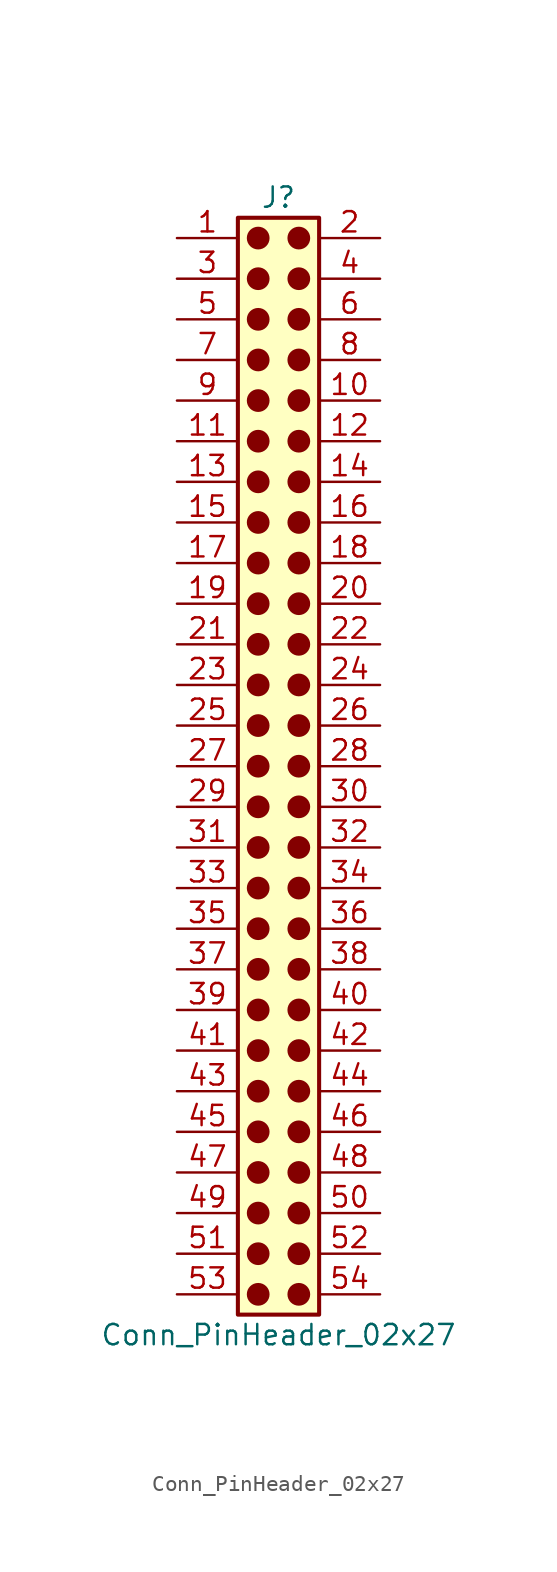
<source format=kicad_sym>
(kicad_symbol_lib
  (version 20241209)
  (generator "kicad_symbol_editor")
  (generator_version "9.0")
  (symbol "Conn_PinHeader_02x27"
    (pin_names
      (offset 1.016)
      (hide yes))
    (property "Reference" "J"
      (at 1.27 35.56 0)
      (effects (font (size 1.27 1.27))))
    (property "Value" "Conn_PinHeader_02x27"
      (at 1.27 -35.56 0)
      (effects (font (size 1.27 1.27))))
    (symbol "Conn_PinHeader_02x27_1_1"
      (rectangle (start -1.27 34.29) (end 3.81 -34.29) (stroke (width 0.254) (type default)) (fill (type background)))
      (circle (center 0 33.02) (radius 0.635) (stroke (width 0) (type solid) (color 132 0 0 1)) (fill (type outline)))
      (circle (center 0 30.48) (radius 0.635) (stroke (width 0) (type solid) (color 132 0 0 1)) (fill (type outline)))
      (circle (center 0 27.94) (radius 0.635) (stroke (width 0) (type solid) (color 132 0 0 1)) (fill (type outline)))
      (circle (center 0 25.4) (radius 0.635) (stroke (width 0) (type solid) (color 132 0 0 1)) (fill (type outline)))
      (circle (center 0 22.86) (radius 0.635) (stroke (width 0) (type solid) (color 132 0 0 1)) (fill (type outline)))
      (circle (center 0 20.32) (radius 0.635) (stroke (width 0) (type solid) (color 132 0 0 1)) (fill (type outline)))
      (circle (center 0 17.78) (radius 0.635) (stroke (width 0) (type solid) (color 132 0 0 1)) (fill (type outline)))
      (circle (center 0 15.24) (radius 0.635) (stroke (width 0) (type solid) (color 132 0 0 1)) (fill (type outline)))
      (circle (center 0 12.7) (radius 0.635) (stroke (width 0) (type solid) (color 132 0 0 1)) (fill (type outline)))
      (circle (center 0 10.16) (radius 0.635) (stroke (width 0) (type solid) (color 132 0 0 1)) (fill (type outline)))
      (circle (center 0 7.62) (radius 0.635) (stroke (width 0) (type solid) (color 132 0 0 1)) (fill (type outline)))
      (circle (center 0 5.08) (radius 0.635) (stroke (width 0) (type solid) (color 132 0 0 1)) (fill (type outline)))
      (circle (center 0 2.54) (radius 0.635) (stroke (width 0) (type solid) (color 132 0 0 1)) (fill (type outline)))
      (circle (center 0 0) (radius 0.635) (stroke (width 0) (type solid) (color 132 0 0 1)) (fill (type outline)))
      (circle (center 0 -2.54) (radius 0.635) (stroke (width 0) (type solid) (color 132 0 0 1)) (fill (type outline)))
      (circle (center 0 -5.08) (radius 0.635) (stroke (width 0) (type solid) (color 132 0 0 1)) (fill (type outline)))
      (circle (center 0 -7.62) (radius 0.635) (stroke (width 0) (type solid) (color 132 0 0 1)) (fill (type outline)))
      (circle (center 0 -10.16) (radius 0.635) (stroke (width 0) (type solid) (color 132 0 0 1)) (fill (type outline)))
      (circle (center 0 -12.7) (radius 0.635) (stroke (width 0) (type solid) (color 132 0 0 1)) (fill (type outline)))
      (circle (center 0 -15.24) (radius 0.635) (stroke (width 0) (type solid) (color 132 0 0 1)) (fill (type outline)))
      (circle (center 0 -17.78) (radius 0.635) (stroke (width 0) (type solid) (color 132 0 0 1)) (fill (type outline)))
      (circle (center 0 -20.32) (radius 0.635) (stroke (width 0) (type solid) (color 132 0 0 1)) (fill (type outline)))
      (circle (center 0 -22.86) (radius 0.635) (stroke (width 0) (type solid) (color 132 0 0 1)) (fill (type outline)))
      (circle (center 0 -25.4) (radius 0.635) (stroke (width 0) (type solid) (color 132 0 0 1)) (fill (type outline)))
      (circle (center 0 -27.94) (radius 0.635) (stroke (width 0) (type solid) (color 132 0 0 1)) (fill (type outline)))
      (circle (center 0 -30.48) (radius 0.635) (stroke (width 0) (type solid) (color 132 0 0 1)) (fill (type outline)))
      (circle (center 0 -33.02) (radius 0.635) (stroke (width 0) (type solid) (color 132 0 0 1)) (fill (type outline)))
      (circle (center 2.54 33.02) (radius 0.635) (stroke (width 0) (type solid) (color 132 0 0 1)) (fill (type outline)))
      (circle (center 2.54 30.48) (radius 0.635) (stroke (width 0) (type solid) (color 132 0 0 1)) (fill (type outline)))
      (circle (center 2.54 27.94) (radius 0.635) (stroke (width 0) (type solid) (color 132 0 0 1)) (fill (type outline)))
      (circle (center 2.54 25.4) (radius 0.635) (stroke (width 0) (type solid) (color 132 0 0 1)) (fill (type outline)))
      (circle (center 2.54 22.86) (radius 0.635) (stroke (width 0) (type solid) (color 132 0 0 1)) (fill (type outline)))
      (circle (center 2.54 20.32) (radius 0.635) (stroke (width 0) (type solid) (color 132 0 0 1)) (fill (type outline)))
      (circle (center 2.54 17.78) (radius 0.635) (stroke (width 0) (type solid) (color 132 0 0 1)) (fill (type outline)))
      (circle (center 2.54 15.24) (radius 0.635) (stroke (width 0) (type solid) (color 132 0 0 1)) (fill (type outline)))
      (circle (center 2.54 12.7) (radius 0.635) (stroke (width 0) (type solid) (color 132 0 0 1)) (fill (type outline)))
      (circle (center 2.54 10.16) (radius 0.635) (stroke (width 0) (type solid) (color 132 0 0 1)) (fill (type outline)))
      (circle (center 2.54 7.62) (radius 0.635) (stroke (width 0) (type solid) (color 132 0 0 1)) (fill (type outline)))
      (circle (center 2.54 5.08) (radius 0.635) (stroke (width 0) (type solid) (color 132 0 0 1)) (fill (type outline)))
      (circle (center 2.54 2.54) (radius 0.635) (stroke (width 0) (type solid) (color 132 0 0 1)) (fill (type outline)))
      (circle (center 2.54 0) (radius 0.635) (stroke (width 0) (type solid) (color 132 0 0 1)) (fill (type outline)))
      (circle (center 2.54 -2.54) (radius 0.635) (stroke (width 0) (type solid) (color 132 0 0 1)) (fill (type outline)))
      (circle (center 2.54 -5.08) (radius 0.635) (stroke (width 0) (type solid) (color 132 0 0 1)) (fill (type outline)))
      (circle (center 2.54 -7.62) (radius 0.635) (stroke (width 0) (type solid) (color 132 0 0 1)) (fill (type outline)))
      (circle (center 2.54 -10.16) (radius 0.635) (stroke (width 0) (type solid) (color 132 0 0 1)) (fill (type outline)))
      (circle (center 2.54 -12.7) (radius 0.635) (stroke (width 0) (type solid) (color 132 0 0 1)) (fill (type outline)))
      (circle (center 2.54 -15.24) (radius 0.635) (stroke (width 0) (type solid) (color 132 0 0 1)) (fill (type outline)))
      (circle (center 2.54 -17.78) (radius 0.635) (stroke (width 0) (type solid) (color 132 0 0 1)) (fill (type outline)))
      (circle (center 2.54 -20.32) (radius 0.635) (stroke (width 0) (type solid) (color 132 0 0 1)) (fill (type outline)))
      (circle (center 2.54 -22.86) (radius 0.635) (stroke (width 0) (type solid) (color 132 0 0 1)) (fill (type outline)))
      (circle (center 2.54 -25.4) (radius 0.635) (stroke (width 0) (type solid) (color 132 0 0 1)) (fill (type outline)))
      (circle (center 2.54 -27.94) (radius 0.635) (stroke (width 0) (type solid) (color 132 0 0 1)) (fill (type outline)))
      (circle (center 2.54 -30.48) (radius 0.635) (stroke (width 0) (type solid) (color 132 0 0 1)) (fill (type outline)))
      (circle (center 2.54 -33.02) (radius 0.635) (stroke (width 0) (type solid) (color 132 0 0 1)) (fill (type outline)))
      (pin passive line (at -5.08 33.02 0) (length 3.81) (name "Pin_1" (effects (font (size 1.27 1.27)))) (number "1" (effects (font (size 1.27 1.27)))))
      (pin passive line (at -5.08 30.48 0) (length 3.81) (name "Pin_3" (effects (font (size 1.27 1.27)))) (number "3" (effects (font (size 1.27 1.27)))))
      (pin passive line (at -5.08 27.94 0) (length 3.81) (name "Pin_5" (effects (font (size 1.27 1.27)))) (number "5" (effects (font (size 1.27 1.27)))))
      (pin passive line (at -5.08 25.4 0) (length 3.81) (name "Pin_7" (effects (font (size 1.27 1.27)))) (number "7" (effects (font (size 1.27 1.27)))))
      (pin passive line (at -5.08 22.86 0) (length 3.81) (name "Pin_9" (effects (font (size 1.27 1.27)))) (number "9" (effects (font (size 1.27 1.27)))))
      (pin passive line (at -5.08 20.32 0) (length 3.81) (name "Pin_11" (effects (font (size 1.27 1.27)))) (number "11" (effects (font (size 1.27 1.27)))))
      (pin passive line (at -5.08 17.78 0) (length 3.81) (name "Pin_13" (effects (font (size 1.27 1.27)))) (number "13" (effects (font (size 1.27 1.27)))))
      (pin passive line (at -5.08 15.24 0) (length 3.81) (name "Pin_15" (effects (font (size 1.27 1.27)))) (number "15" (effects (font (size 1.27 1.27)))))
      (pin passive line (at -5.08 12.7 0) (length 3.81) (name "Pin_17" (effects (font (size 1.27 1.27)))) (number "17" (effects (font (size 1.27 1.27)))))
      (pin passive line (at -5.08 10.16 0) (length 3.81) (name "Pin_19" (effects (font (size 1.27 1.27)))) (number "19" (effects (font (size 1.27 1.27)))))
      (pin passive line (at -5.08 7.62 0) (length 3.81) (name "Pin_21" (effects (font (size 1.27 1.27)))) (number "21" (effects (font (size 1.27 1.27)))))
      (pin passive line (at -5.08 5.08 0) (length 3.81) (name "Pin_23" (effects (font (size 1.27 1.27)))) (number "23" (effects (font (size 1.27 1.27)))))
      (pin passive line (at -5.08 2.54 0) (length 3.81) (name "Pin_25" (effects (font (size 1.27 1.27)))) (number "25" (effects (font (size 1.27 1.27)))))
      (pin passive line (at -5.08 0 0) (length 3.81) (name "Pin_27" (effects (font (size 1.27 1.27)))) (number "27" (effects (font (size 1.27 1.27)))))
      (pin passive line (at -5.08 -2.54 0) (length 3.81) (name "Pin_29" (effects (font (size 1.27 1.27)))) (number "29" (effects (font (size 1.27 1.27)))))
      (pin passive line (at -5.08 -5.08 0) (length 3.81) (name "Pin_31" (effects (font (size 1.27 1.27)))) (number "31" (effects (font (size 1.27 1.27)))))
      (pin passive line (at -5.08 -7.62 0) (length 3.81) (name "Pin_33" (effects (font (size 1.27 1.27)))) (number "33" (effects (font (size 1.27 1.27)))))
      (pin passive line (at -5.08 -10.16 0) (length 3.81) (name "Pin_35" (effects (font (size 1.27 1.27)))) (number "35" (effects (font (size 1.27 1.27)))))
      (pin passive line (at -5.08 -12.7 0) (length 3.81) (name "Pin_37" (effects (font (size 1.27 1.27)))) (number "37" (effects (font (size 1.27 1.27)))))
      (pin passive line (at -5.08 -15.24 0) (length 3.81) (name "Pin_39" (effects (font (size 1.27 1.27)))) (number "39" (effects (font (size 1.27 1.27)))))
      (pin passive line (at -5.08 -17.78 0) (length 3.81) (name "Pin_41" (effects (font (size 1.27 1.27)))) (number "41" (effects (font (size 1.27 1.27)))))
      (pin passive line (at -5.08 -20.32 0) (length 3.81) (name "Pin_43" (effects (font (size 1.27 1.27)))) (number "43" (effects (font (size 1.27 1.27)))))
      (pin passive line (at -5.08 -22.86 0) (length 3.81) (name "Pin_45" (effects (font (size 1.27 1.27)))) (number "45" (effects (font (size 1.27 1.27)))))
      (pin passive line (at -5.08 -25.4 0) (length 3.81) (name "Pin_47" (effects (font (size 1.27 1.27)))) (number "47" (effects (font (size 1.27 1.27)))))
      (pin passive line (at -5.08 -27.94 0) (length 3.81) (name "Pin_49" (effects (font (size 1.27 1.27)))) (number "49" (effects (font (size 1.27 1.27)))))
      (pin passive line (at -5.08 -30.48 0) (length 3.81) (name "Pin_51" (effects (font (size 1.27 1.27)))) (number "51" (effects (font (size 1.27 1.27)))))
      (pin passive line (at -5.08 -33.02 0) (length 3.81) (name "Pin_53" (effects (font (size 1.27 1.27)))) (number "53" (effects (font (size 1.27 1.27)))))
      (pin passive line (at 7.62 33.02 180) (length 3.81) (name "Pin_2" (effects (font (size 1.27 1.27)))) (number "2" (effects (font (size 1.27 1.27)))))
      (pin passive line (at 7.62 30.48 180) (length 3.81) (name "Pin_4" (effects (font (size 1.27 1.27)))) (number "4" (effects (font (size 1.27 1.27)))))
      (pin passive line (at 7.62 27.94 180) (length 3.81) (name "Pin_6" (effects (font (size 1.27 1.27)))) (number "6" (effects (font (size 1.27 1.27)))))
      (pin passive line (at 7.62 25.4 180) (length 3.81) (name "Pin_8" (effects (font (size 1.27 1.27)))) (number "8" (effects (font (size 1.27 1.27)))))
      (pin passive line (at 7.62 22.86 180) (length 3.81) (name "Pin_10" (effects (font (size 1.27 1.27)))) (number "10" (effects (font (size 1.27 1.27)))))
      (pin passive line (at 7.62 20.32 180) (length 3.81) (name "Pin_12" (effects (font (size 1.27 1.27)))) (number "12" (effects (font (size 1.27 1.27)))))
      (pin passive line (at 7.62 17.78 180) (length 3.81) (name "Pin_14" (effects (font (size 1.27 1.27)))) (number "14" (effects (font (size 1.27 1.27)))))
      (pin passive line (at 7.62 15.24 180) (length 3.81) (name "Pin_16" (effects (font (size 1.27 1.27)))) (number "16" (effects (font (size 1.27 1.27)))))
      (pin passive line (at 7.62 12.7 180) (length 3.81) (name "Pin_18" (effects (font (size 1.27 1.27)))) (number "18" (effects (font (size 1.27 1.27)))))
      (pin passive line (at 7.62 10.16 180) (length 3.81) (name "Pin_20" (effects (font (size 1.27 1.27)))) (number "20" (effects (font (size 1.27 1.27)))))
      (pin passive line (at 7.62 7.62 180) (length 3.81) (name "Pin_22" (effects (font (size 1.27 1.27)))) (number "22" (effects (font (size 1.27 1.27)))))
      (pin passive line (at 7.62 5.08 180) (length 3.81) (name "Pin_24" (effects (font (size 1.27 1.27)))) (number "24" (effects (font (size 1.27 1.27)))))
      (pin passive line (at 7.62 2.54 180) (length 3.81) (name "Pin_26" (effects (font (size 1.27 1.27)))) (number "26" (effects (font (size 1.27 1.27)))))
      (pin passive line (at 7.62 0 180) (length 3.81) (name "Pin_28" (effects (font (size 1.27 1.27)))) (number "28" (effects (font (size 1.27 1.27)))))
      (pin passive line (at 7.62 -2.54 180) (length 3.81) (name "Pin_30" (effects (font (size 1.27 1.27)))) (number "30" (effects (font (size 1.27 1.27)))))
      (pin passive line (at 7.62 -5.08 180) (length 3.81) (name "Pin_32" (effects (font (size 1.27 1.27)))) (number "32" (effects (font (size 1.27 1.27)))))
      (pin passive line (at 7.62 -7.62 180) (length 3.81) (name "Pin_34" (effects (font (size 1.27 1.27)))) (number "34" (effects (font (size 1.27 1.27)))))
      (pin passive line (at 7.62 -10.16 180) (length 3.81) (name "Pin_36" (effects (font (size 1.27 1.27)))) (number "36" (effects (font (size 1.27 1.27)))))
      (pin passive line (at 7.62 -12.7 180) (length 3.81) (name "Pin_38" (effects (font (size 1.27 1.27)))) (number "38" (effects (font (size 1.27 1.27)))))
      (pin passive line (at 7.62 -15.24 180) (length 3.81) (name "Pin_40" (effects (font (size 1.27 1.27)))) (number "40" (effects (font (size 1.27 1.27)))))
      (pin passive line (at 7.62 -17.78 180) (length 3.81) (name "Pin_42" (effects (font (size 1.27 1.27)))) (number "42" (effects (font (size 1.27 1.27)))))
      (pin passive line (at 7.62 -20.32 180) (length 3.81) (name "Pin_44" (effects (font (size 1.27 1.27)))) (number "44" (effects (font (size 1.27 1.27)))))
      (pin passive line (at 7.62 -22.86 180) (length 3.81) (name "Pin_46" (effects (font (size 1.27 1.27)))) (number "46" (effects (font (size 1.27 1.27)))))
      (pin passive line (at 7.62 -25.4 180) (length 3.81) (name "Pin_48" (effects (font (size 1.27 1.27)))) (number "48" (effects (font (size 1.27 1.27)))))
      (pin passive line (at 7.62 -27.94 180) (length 3.81) (name "Pin_50" (effects (font (size 1.27 1.27)))) (number "50" (effects (font (size 1.27 1.27)))))
      (pin passive line (at 7.62 -30.48 180) (length 3.81) (name "Pin_52" (effects (font (size 1.27 1.27)))) (number "52" (effects (font (size 1.27 1.27)))))
      (pin passive line (at 7.62 -33.02 180) (length 3.81) (name "Pin_54" (effects (font (size 1.27 1.27)))) (number "54" (effects (font (size 1.27 1.27))))))))
</source>
